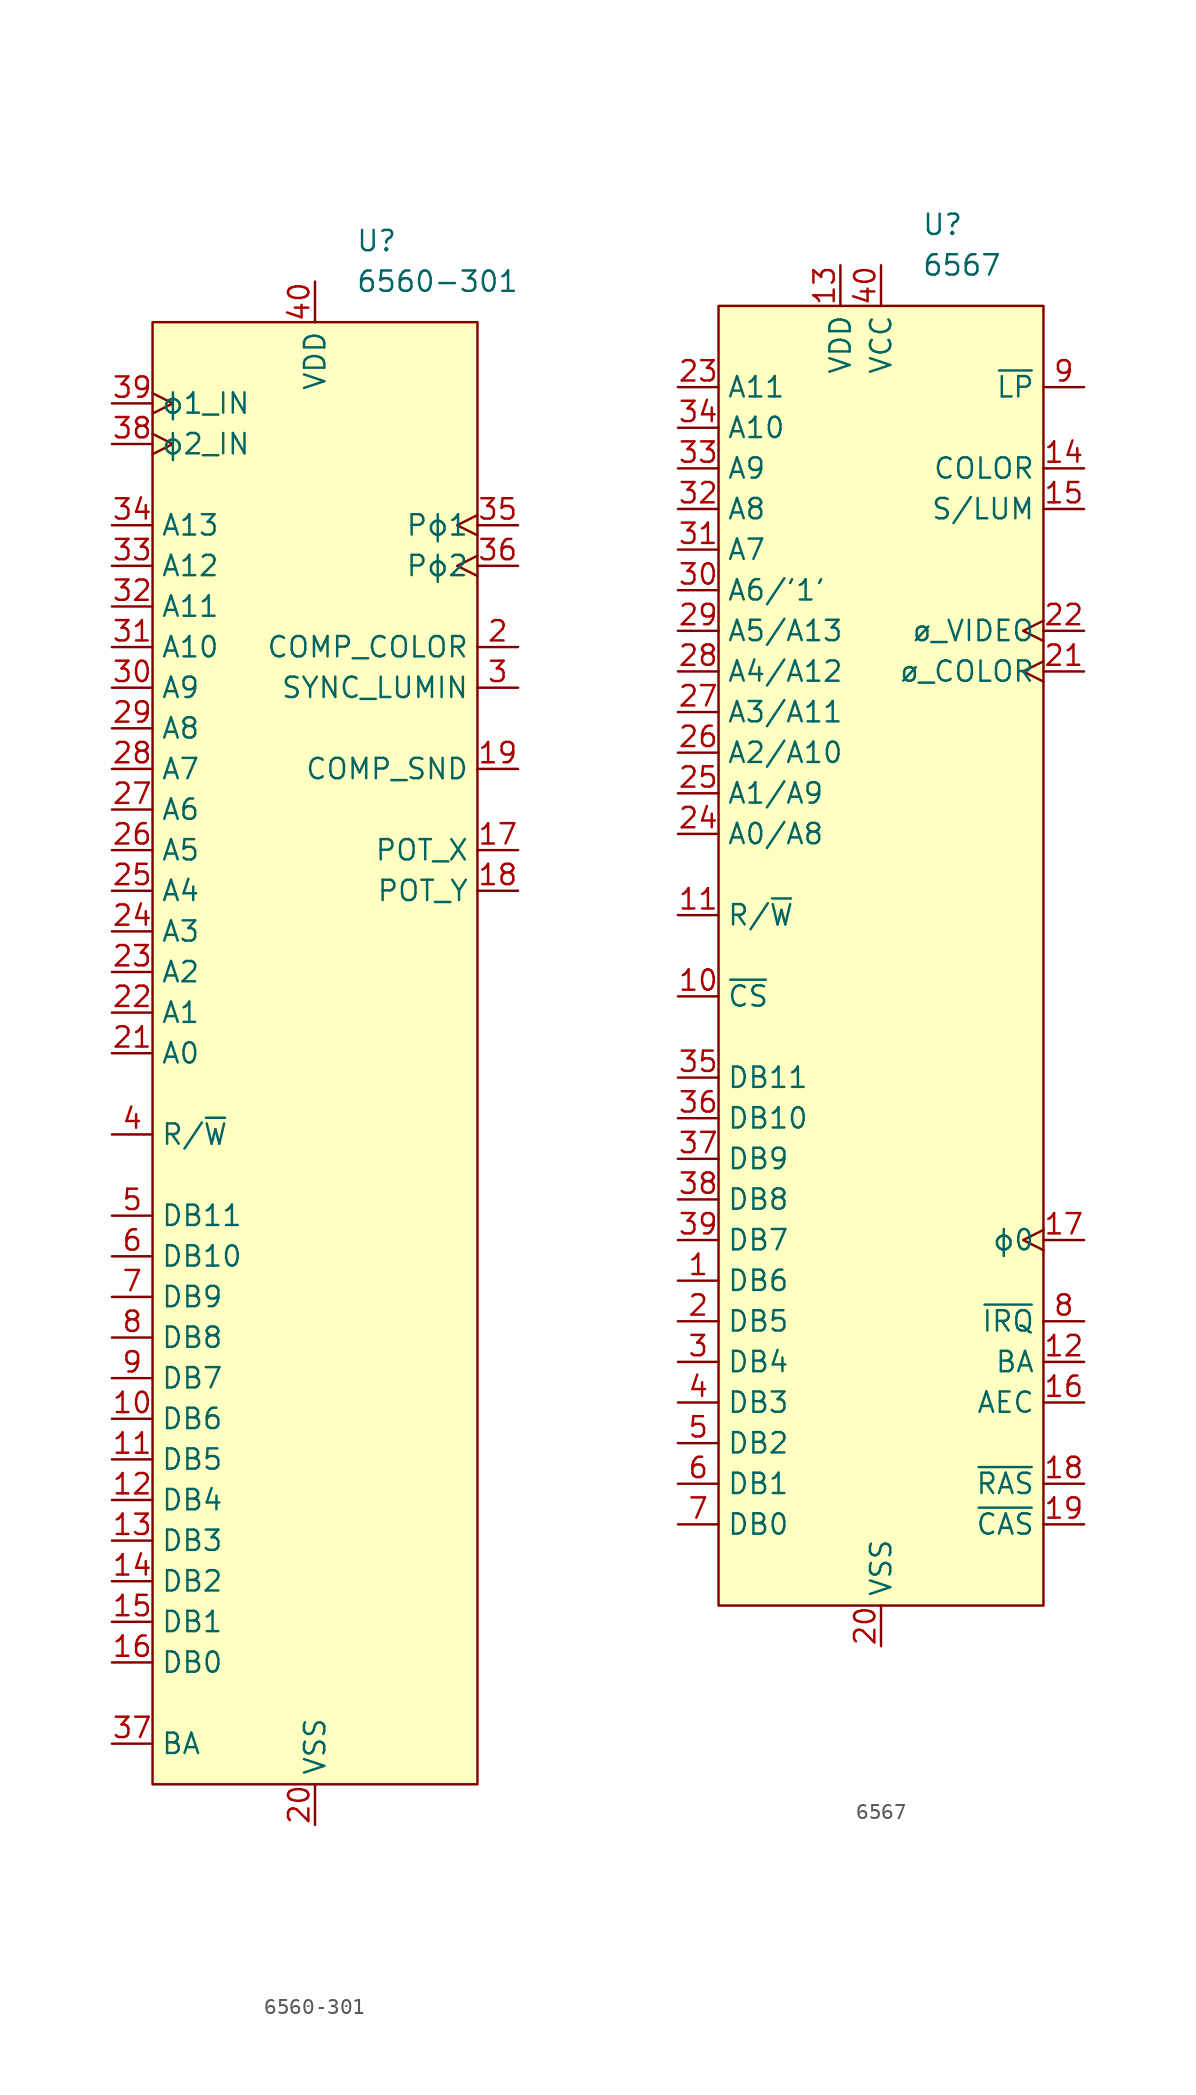
<source format=kicad_sym>
(kicad_symbol_lib
  (version 20220914)
  (generator kicad_symbol_editor)
  (symbol "6560-301"
    (property "Reference" "U"
      (at 2.54 50.8 0)
      (effects (font (size 1.27 1.27)) (justify left)))
    (property "Value" "6560-301"
      (at 2.54 48.26 0)
      (effects (font (size 1.27 1.27)) (justify left)))
    (symbol "6560-301_0_1"
      (rectangle (start -10.16 45.72) (end 10.16 -45.72) (stroke (width 0) (type default)) (fill (type background))))
    (symbol "6560-301_1_1"
      (pin no_connect non_logic (at 10.16 0 180) (length 2.54) hide (name "nc" (effects (font (size 1.27 1.27)))) (number "1" (effects (font (size 1.27 1.27)))))
      (pin bidirectional line (at -12.7 -22.86 0) (length 2.54) (name "DB6" (effects (font (size 1.27 1.27)))) (number "10" (effects (font (size 1.27 1.27)))))
      (pin bidirectional line (at -12.7 -25.4 0) (length 2.54) (name "DB5" (effects (font (size 1.27 1.27)))) (number "11" (effects (font (size 1.27 1.27)))))
      (pin bidirectional line (at -12.7 -27.94 0) (length 2.54) (name "DB4" (effects (font (size 1.27 1.27)))) (number "12" (effects (font (size 1.27 1.27)))))
      (pin bidirectional line (at -12.7 -30.48 0) (length 2.54) (name "DB3" (effects (font (size 1.27 1.27)))) (number "13" (effects (font (size 1.27 1.27)))))
      (pin bidirectional line (at -12.7 -33.02 0) (length 2.54) (name "DB2" (effects (font (size 1.27 1.27)))) (number "14" (effects (font (size 1.27 1.27)))))
      (pin bidirectional line (at -12.7 -35.56 0) (length 2.54) (name "DB1" (effects (font (size 1.27 1.27)))) (number "15" (effects (font (size 1.27 1.27)))))
      (pin bidirectional line (at -12.7 -38.1 0) (length 2.54) (name "DB0" (effects (font (size 1.27 1.27)))) (number "16" (effects (font (size 1.27 1.27)))))
      (pin input line (at 12.7 12.7 180) (length 2.54) (name "POT_X" (effects (font (size 1.27 1.27)))) (number "17" (effects (font (size 1.27 1.27)))))
      (pin input line (at 12.7 10.16 180) (length 2.54) (name "POT_Y" (effects (font (size 1.27 1.27)))) (number "18" (effects (font (size 1.27 1.27)))))
      (pin output line (at 12.7 17.78 180) (length 2.54) (name "COMP_SND" (effects (font (size 1.27 1.27)))) (number "19" (effects (font (size 1.27 1.27)))))
      (pin output line (at 12.7 25.4 180) (length 2.54) (name "COMP_COLOR" (effects (font (size 1.27 1.27)))) (number "2" (effects (font (size 1.27 1.27)))))
      (pin power_in line (at 0 -48.26 90) (length 2.54) (name "VSS" (effects (font (size 1.27 1.27)))) (number "20" (effects (font (size 1.27 1.27)))))
      (pin bidirectional line (at -12.7 0 0) (length 2.54) (name "A0" (effects (font (size 1.27 1.27)))) (number "21" (effects (font (size 1.27 1.27)))))
      (pin bidirectional line (at -12.7 2.54 0) (length 2.54) (name "A1" (effects (font (size 1.27 1.27)))) (number "22" (effects (font (size 1.27 1.27)))))
      (pin bidirectional line (at -12.7 5.08 0) (length 2.54) (name "A2" (effects (font (size 1.27 1.27)))) (number "23" (effects (font (size 1.27 1.27)))))
      (pin bidirectional line (at -12.7 7.62 0) (length 2.54) (name "A3" (effects (font (size 1.27 1.27)))) (number "24" (effects (font (size 1.27 1.27)))))
      (pin bidirectional line (at -12.7 10.16 0) (length 2.54) (name "A4" (effects (font (size 1.27 1.27)))) (number "25" (effects (font (size 1.27 1.27)))))
      (pin bidirectional line (at -12.7 12.7 0) (length 2.54) (name "A5" (effects (font (size 1.27 1.27)))) (number "26" (effects (font (size 1.27 1.27)))))
      (pin bidirectional line (at -12.7 15.24 0) (length 2.54) (name "A6" (effects (font (size 1.27 1.27)))) (number "27" (effects (font (size 1.27 1.27)))))
      (pin bidirectional line (at -12.7 17.78 0) (length 2.54) (name "A7" (effects (font (size 1.27 1.27)))) (number "28" (effects (font (size 1.27 1.27)))))
      (pin bidirectional line (at -12.7 20.32 0) (length 2.54) (name "A8" (effects (font (size 1.27 1.27)))) (number "29" (effects (font (size 1.27 1.27)))))
      (pin output line (at 12.7 22.86 180) (length 2.54) (name "SYNC_LUMIN" (effects (font (size 1.27 1.27)))) (number "3" (effects (font (size 1.27 1.27)))))
      (pin bidirectional line (at -12.7 22.86 0) (length 2.54) (name "A9" (effects (font (size 1.27 1.27)))) (number "30" (effects (font (size 1.27 1.27)))))
      (pin bidirectional line (at -12.7 25.4 0) (length 2.54) (name "A10" (effects (font (size 1.27 1.27)))) (number "31" (effects (font (size 1.27 1.27)))))
      (pin bidirectional line (at -12.7 27.94 0) (length 2.54) (name "A11" (effects (font (size 1.27 1.27)))) (number "32" (effects (font (size 1.27 1.27)))))
      (pin bidirectional line (at -12.7 30.48 0) (length 2.54) (name "A12" (effects (font (size 1.27 1.27)))) (number "33" (effects (font (size 1.27 1.27)))))
      (pin bidirectional line (at -12.7 33.02 0) (length 2.54) (name "A13" (effects (font (size 1.27 1.27)))) (number "34" (effects (font (size 1.27 1.27)))))
      (pin output clock (at 12.7 33.02 180) (length 2.54) (name "Pϕ1" (effects (font (size 1.27 1.27)))) (number "35" (effects (font (size 1.27 1.27)))))
      (pin output clock (at 12.7 30.48 180) (length 2.54) (name "Pϕ2" (effects (font (size 1.27 1.27)))) (number "36" (effects (font (size 1.27 1.27)))))
      (pin output line (at -12.7 -43.18 0) (length 2.54) (name "BA" (effects (font (size 1.27 1.27)))) (number "37" (effects (font (size 1.27 1.27)))))
      (pin input clock (at -12.7 38.1 0) (length 2.54) (name "ϕ2_IN" (effects (font (size 1.27 1.27)))) (number "38" (effects (font (size 1.27 1.27)))))
      (pin input clock (at -12.7 40.64 0) (length 2.54) (name "ϕ1_IN" (effects (font (size 1.27 1.27)))) (number "39" (effects (font (size 1.27 1.27)))))
      (pin input line (at -12.7 -5.08 0) (length 2.54) (name "R/~{W}" (effects (font (size 1.27 1.27)))) (number "4" (effects (font (size 1.27 1.27)))))
      (pin power_in line (at 0 48.26 270) (length 2.54) (name "VDD" (effects (font (size 1.27 1.27)))) (number "40" (effects (font (size 1.27 1.27)))))
      (pin input line (at -12.7 -10.16 0) (length 2.54) (name "DB11" (effects (font (size 1.27 1.27)))) (number "5" (effects (font (size 1.27 1.27)))))
      (pin input line (at -12.7 -12.7 0) (length 2.54) (name "DB10" (effects (font (size 1.27 1.27)))) (number "6" (effects (font (size 1.27 1.27)))))
      (pin input line (at -12.7 -15.24 0) (length 2.54) (name "DB9" (effects (font (size 1.27 1.27)))) (number "7" (effects (font (size 1.27 1.27)))))
      (pin input line (at -12.7 -17.78 0) (length 2.54) (name "DB8" (effects (font (size 1.27 1.27)))) (number "8" (effects (font (size 1.27 1.27)))))
      (pin bidirectional line (at -12.7 -20.32 0) (length 2.54) (name "DB7" (effects (font (size 1.27 1.27)))) (number "9" (effects (font (size 1.27 1.27)))))))
  (symbol "6567"
    (property "Reference" "U"
      (at 2.54 45.72 0)
      (effects (font (size 1.27 1.27)) (justify left)))
    (property "Value" "6567"
      (at 2.54 43.18 0)
      (effects (font (size 1.27 1.27)) (justify left)))
    (symbol "6567_0_1"
      (rectangle (start -10.16 40.64) (end 10.16 -40.64) (stroke (width 0) (type default)) (fill (type background))))
    (symbol "6567_1_1"
      (pin bidirectional line (at -12.7 -20.32 0) (length 2.54) (name "DB6" (effects (font (size 1.27 1.27)))) (number "1" (effects (font (size 1.27 1.27)))))
      (pin input line (at -12.7 -2.54 0) (length 2.54) (name "~{CS}" (effects (font (size 1.27 1.27)))) (number "10" (effects (font (size 1.27 1.27)))))
      (pin input line (at -12.7 2.54 0) (length 2.54) (name "R/~{W}" (effects (font (size 1.27 1.27)))) (number "11" (effects (font (size 1.27 1.27)))))
      (pin output line (at 12.7 -25.4 180) (length 2.54) (name "BA" (effects (font (size 1.27 1.27)))) (number "12" (effects (font (size 1.27 1.27)))))
      (pin power_in line (at -2.54 43.18 270) (length 2.54) (name "VDD" (effects (font (size 1.27 1.27)))) (number "13" (effects (font (size 1.27 1.27)))))
      (pin output line (at 12.7 30.48 180) (length 2.54) (name "COLOR" (effects (font (size 1.27 1.27)))) (number "14" (effects (font (size 1.27 1.27)))))
      (pin output line (at 12.7 27.94 180) (length 2.54) (name "S/LUM" (effects (font (size 1.27 1.27)))) (number "15" (effects (font (size 1.27 1.27)))))
      (pin output line (at 12.7 -27.94 180) (length 2.54) (name "AEC" (effects (font (size 1.27 1.27)))) (number "16" (effects (font (size 1.27 1.27)))))
      (pin output clock (at 12.7 -17.78 180) (length 2.54) (name "ϕ0" (effects (font (size 1.27 1.27)))) (number "17" (effects (font (size 1.27 1.27)))))
      (pin output line (at 12.7 -33.02 180) (length 2.54) (name "~{RAS}" (effects (font (size 1.27 1.27)))) (number "18" (effects (font (size 1.27 1.27)))))
      (pin output line (at 12.7 -35.56 180) (length 2.54) (name "~{CAS}" (effects (font (size 1.27 1.27)))) (number "19" (effects (font (size 1.27 1.27)))))
      (pin bidirectional line (at -12.7 -22.86 0) (length 2.54) (name "DB5" (effects (font (size 1.27 1.27)))) (number "2" (effects (font (size 1.27 1.27)))))
      (pin power_in line (at 0 -43.18 90) (length 2.54) (name "VSS" (effects (font (size 1.27 1.27)))) (number "20" (effects (font (size 1.27 1.27)))))
      (pin input clock (at 12.7 17.78 180) (length 2.54) (name "ø_COLOR" (effects (font (size 1.27 1.27)))) (number "21" (effects (font (size 1.27 1.27)))))
      (pin input clock (at 12.7 20.32 180) (length 2.54) (name "ø_VIDEO" (effects (font (size 1.27 1.27)))) (number "22" (effects (font (size 1.27 1.27)))))
      (pin bidirectional line (at -12.7 35.56 0) (length 2.54) (name "A11" (effects (font (size 1.27 1.27)))) (number "23" (effects (font (size 1.27 1.27)))))
      (pin bidirectional line (at -12.7 7.62 0) (length 2.54) (name "A0/A8" (effects (font (size 1.27 1.27)))) (number "24" (effects (font (size 1.27 1.27)))))
      (pin bidirectional line (at -12.7 10.16 0) (length 2.54) (name "A1/A9" (effects (font (size 1.27 1.27)))) (number "25" (effects (font (size 1.27 1.27)))))
      (pin bidirectional line (at -12.7 12.7 0) (length 2.54) (name "A2/A10" (effects (font (size 1.27 1.27)))) (number "26" (effects (font (size 1.27 1.27)))))
      (pin bidirectional line (at -12.7 15.24 0) (length 2.54) (name "A3/A11" (effects (font (size 1.27 1.27)))) (number "27" (effects (font (size 1.27 1.27)))))
      (pin bidirectional line (at -12.7 17.78 0) (length 2.54) (name "A4/A12" (effects (font (size 1.27 1.27)))) (number "28" (effects (font (size 1.27 1.27)))))
      (pin bidirectional line (at -12.7 20.32 0) (length 2.54) (name "A5/A13" (effects (font (size 1.27 1.27)))) (number "29" (effects (font (size 1.27 1.27)))))
      (pin bidirectional line (at -12.7 -25.4 0) (length 2.54) (name "DB4" (effects (font (size 1.27 1.27)))) (number "3" (effects (font (size 1.27 1.27)))))
      (pin bidirectional line (at -12.7 22.86 0) (length 2.54) (name "A6/'1'" (effects (font (size 1.27 1.27)))) (number "30" (effects (font (size 1.27 1.27)))))
      (pin bidirectional line (at -12.7 25.4 0) (length 2.54) (name "A7" (effects (font (size 1.27 1.27)))) (number "31" (effects (font (size 1.27 1.27)))))
      (pin bidirectional line (at -12.7 27.94 0) (length 2.54) (name "A8" (effects (font (size 1.27 1.27)))) (number "32" (effects (font (size 1.27 1.27)))))
      (pin bidirectional line (at -12.7 30.48 0) (length 2.54) (name "A9" (effects (font (size 1.27 1.27)))) (number "33" (effects (font (size 1.27 1.27)))))
      (pin bidirectional line (at -12.7 33.02 0) (length 2.54) (name "A10" (effects (font (size 1.27 1.27)))) (number "34" (effects (font (size 1.27 1.27)))))
      (pin input line (at -12.7 -7.62 0) (length 2.54) (name "DB11" (effects (font (size 1.27 1.27)))) (number "35" (effects (font (size 1.27 1.27)))))
      (pin input line (at -12.7 -10.16 0) (length 2.54) (name "DB10" (effects (font (size 1.27 1.27)))) (number "36" (effects (font (size 1.27 1.27)))))
      (pin input line (at -12.7 -12.7 0) (length 2.54) (name "DB9" (effects (font (size 1.27 1.27)))) (number "37" (effects (font (size 1.27 1.27)))))
      (pin input line (at -12.7 -15.24 0) (length 2.54) (name "DB8" (effects (font (size 1.27 1.27)))) (number "38" (effects (font (size 1.27 1.27)))))
      (pin bidirectional line (at -12.7 -17.78 0) (length 2.54) (name "DB7" (effects (font (size 1.27 1.27)))) (number "39" (effects (font (size 1.27 1.27)))))
      (pin bidirectional line (at -12.7 -27.94 0) (length 2.54) (name "DB3" (effects (font (size 1.27 1.27)))) (number "4" (effects (font (size 1.27 1.27)))))
      (pin power_in line (at 0 43.18 270) (length 2.54) (name "VCC" (effects (font (size 1.27 1.27)))) (number "40" (effects (font (size 1.27 1.27)))))
      (pin bidirectional line (at -12.7 -30.48 0) (length 2.54) (name "DB2" (effects (font (size 1.27 1.27)))) (number "5" (effects (font (size 1.27 1.27)))))
      (pin bidirectional line (at -12.7 -33.02 0) (length 2.54) (name "DB1" (effects (font (size 1.27 1.27)))) (number "6" (effects (font (size 1.27 1.27)))))
      (pin bidirectional line (at -12.7 -35.56 0) (length 2.54) (name "DB0" (effects (font (size 1.27 1.27)))) (number "7" (effects (font (size 1.27 1.27)))))
      (pin open_collector line (at 12.7 -22.86 180) (length 2.54) (name "~{IRQ}" (effects (font (size 1.27 1.27)))) (number "8" (effects (font (size 1.27 1.27)))))
      (pin input line (at 12.7 35.56 180) (length 2.54) (name "~{LP}" (effects (font (size 1.27 1.27)))) (number "9" (effects (font (size 1.27 1.27))))))))
</source>
